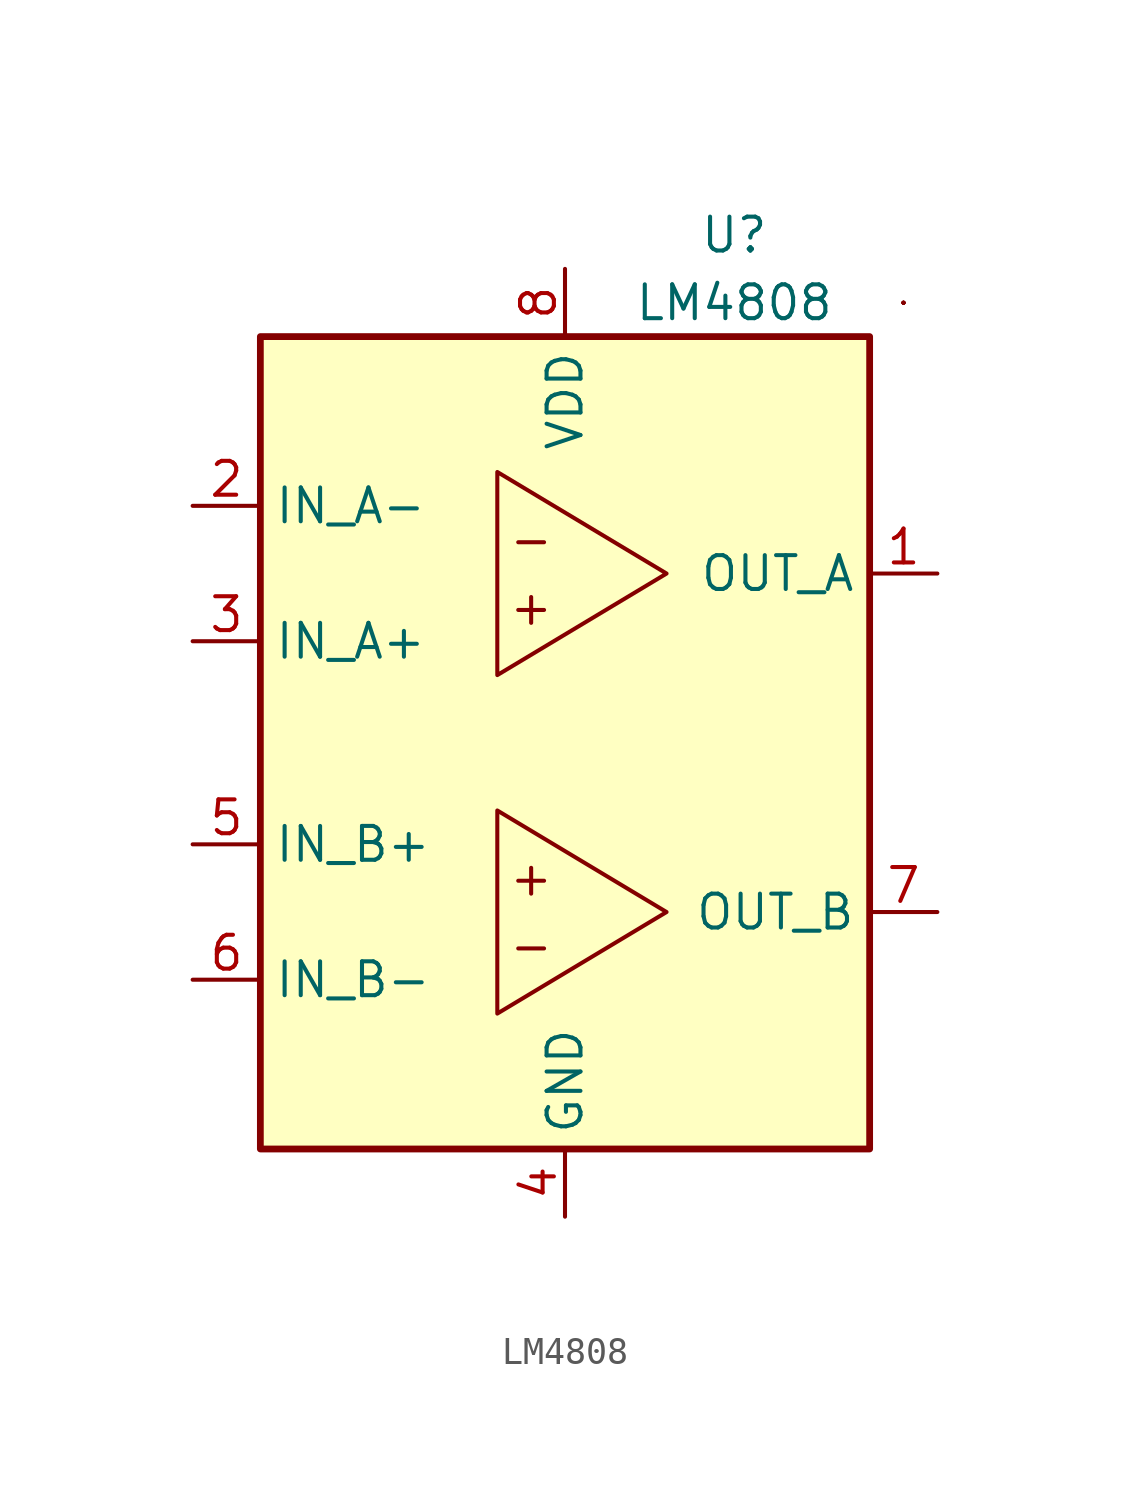
<source format=kicad_sym>
(kicad_symbol_lib
  (version 20211014)
  (generator kicad_symbol_editor)
  (symbol "LM4808"
    (property "Reference" "U"
      (at 6.35 19.05 0)
      (effects (font (size 1.27 1.27))))
    (property "Value" "LM4808"
      (at 6.35 16.51 0)
      (effects (font (size 1.27 1.27))))
    (symbol "LM4808_0_0"
      (text "+" (at -1.27 -5.08 0) (effects (font (size 1.27 1.27))))
      (text "+" (at -1.27 5.08 0) (effects (font (size 1.27 1.27))))
      (text "-" (at -1.27 -7.62 0) (effects (font (size 1.27 1.27))))
      (text "-" (at -1.27 7.62 0) (effects (font (size 1.27 1.27)))))
    (symbol "LM4808_0_1"
      (rectangle (start -11.43 15.24) (end 11.43 -15.24) (stroke (width 0.254) (type default) (color 0 0 0 0)) (fill (type background)))
      (polyline (pts (xy -2.54 -2.54) (xy -2.54 -10.16) (xy 3.81 -6.35) (xy -2.54 -2.54)) (stroke (width 0) (type default) (color 0 0 0 0)) (fill (type none)))
      (polyline (pts (xy -2.54 10.16) (xy -2.54 2.54) (xy 3.81 6.35) (xy -2.54 10.16)) (stroke (width 0) (type default) (color 0 0 0 0)) (fill (type none)))
      (rectangle (start 12.7 16.51) (end 12.7 16.51) (stroke (width 0) (type default) (color 0 0 0 0)) (fill (type none)))
      (rectangle (start 12.7 16.51) (end 12.7 16.51) (stroke (width 0) (type default) (color 0 0 0 0)) (fill (type none)))
      (rectangle (start 12.7 16.51) (end 12.7 16.51) (stroke (width 0) (type default) (color 0 0 0 0)) (fill (type none)))
      (rectangle (start 12.7 16.51) (end 12.7 16.51) (stroke (width 0) (type default) (color 0 0 0 0)) (fill (type none)))
      (rectangle (start 12.7 16.51) (end 12.7 16.51) (stroke (width 0) (type default) (color 0 0 0 0)) (fill (type none)))
      (rectangle (start 12.7 16.51) (end 12.7 16.51) (stroke (width 0) (type default) (color 0 0 0 0)) (fill (type none))))
    (symbol "LM4808_1_1"
      (pin output line (at 13.97 6.35 180) (length 2.54) (name "OUT_A" (effects (font (size 1.27 1.27)))) (number "1" (effects (font (size 1.27 1.27)))))
      (pin input line (at -13.97 8.89 0) (length 2.54) (name "IN_A-" (effects (font (size 1.27 1.27)))) (number "2" (effects (font (size 1.27 1.27)))))
      (pin input line (at -13.97 3.81 0) (length 2.54) (name "IN_A+" (effects (font (size 1.27 1.27)))) (number "3" (effects (font (size 1.27 1.27)))))
      (pin passive line (at 0 -17.78 90) (length 2.54) (name "GND" (effects (font (size 1.27 1.27)))) (number "4" (effects (font (size 1.27 1.27)))))
      (pin input line (at -13.97 -3.81 0) (length 2.54) (name "IN_B+" (effects (font (size 1.27 1.27)))) (number "5" (effects (font (size 1.27 1.27)))))
      (pin input line (at -13.97 -8.89 0) (length 2.54) (name "IN_B-" (effects (font (size 1.27 1.27)))) (number "6" (effects (font (size 1.27 1.27)))))
      (pin output line (at 13.97 -6.35 180) (length 2.54) (name "OUT_B" (effects (font (size 1.27 1.27)))) (number "7" (effects (font (size 1.27 1.27)))))
      (pin passive line (at 0 17.78 270) (length 2.54) (name "VDD" (effects (font (size 1.27 1.27)))) (number "8" (effects (font (size 1.27 1.27))))))))
</source>
